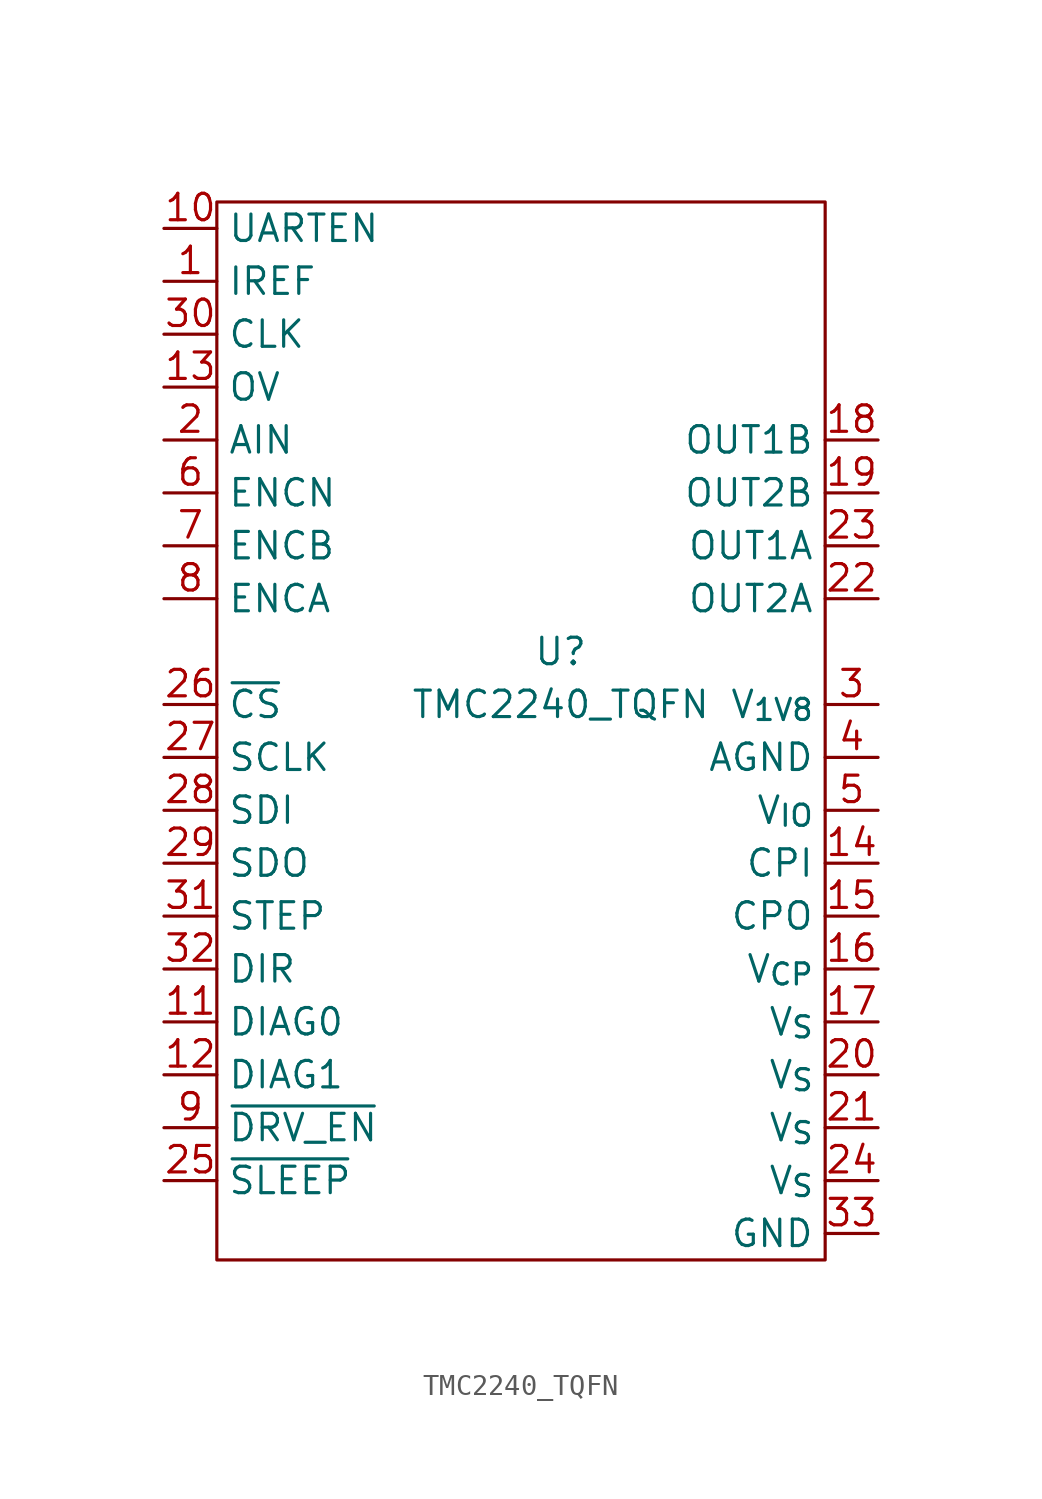
<source format=kicad_sym>
(kicad_symbol_lib
  (version 20231120)
  (generator "kicad_symbol_editor")
  (generator_version "8.0")
  (symbol "TMC2240_TQFN"
    (property "Reference" "U"
      (at 0 0 0)
      (effects (font (size 1.27 1.27))))
    (property "Value" "TMC2240_TQFN"
      (at 0 -2.54 0)
      (effects (font (size 1.27 1.27))))
    (symbol "TMC2240_TQFN_0_1"
      (rectangle (start -16.51 21.59) (end 12.7 -29.21) (stroke (width 0) (type default)) (fill (type none))))
    (symbol "TMC2240_TQFN_1_1"
      (pin input line (at -19.05 17.78 0) (length 2.54) (name "IREF" (effects (font (size 1.27 1.27)))) (number "1" (effects (font (size 1.27 1.27)))))
      (pin input line (at -19.05 20.32 0) (length 2.54) (name "UARTEN" (effects (font (size 1.27 1.27)))) (number "10" (effects (font (size 1.27 1.27)))))
      (pin input line (at -19.05 -17.78 0) (length 2.54) (name "DIAG0" (effects (font (size 1.27 1.27)))) (number "11" (effects (font (size 1.27 1.27)))))
      (pin input line (at -19.05 -20.32 0) (length 2.54) (name "DIAG1" (effects (font (size 1.27 1.27)))) (number "12" (effects (font (size 1.27 1.27)))))
      (pin input line (at -19.05 12.7 0) (length 2.54) (name "OV" (effects (font (size 1.27 1.27)))) (number "13" (effects (font (size 1.27 1.27)))))
      (pin input line (at 15.24 -10.16 180) (length 2.54) (name "CPI" (effects (font (size 1.27 1.27)))) (number "14" (effects (font (size 1.27 1.27)))))
      (pin input line (at 15.24 -12.7 180) (length 2.54) (name "CPO" (effects (font (size 1.27 1.27)))) (number "15" (effects (font (size 1.27 1.27)))))
      (pin input line (at 15.24 -15.24 180) (length 2.54) (name "V_{CP}" (effects (font (size 1.27 1.27)))) (number "16" (effects (font (size 1.27 1.27)))))
      (pin input line (at 15.24 -17.78 180) (length 2.54) (name "V_{S}" (effects (font (size 1.27 1.27)))) (number "17" (effects (font (size 1.27 1.27)))))
      (pin input line (at 15.24 10.16 180) (length 2.54) (name "OUT1B" (effects (font (size 1.27 1.27)))) (number "18" (effects (font (size 1.27 1.27)))))
      (pin input line (at 15.24 7.62 180) (length 2.54) (name "OUT2B" (effects (font (size 1.27 1.27)))) (number "19" (effects (font (size 1.27 1.27)))))
      (pin input line (at -19.05 10.16 0) (length 2.54) (name "AIN" (effects (font (size 1.27 1.27)))) (number "2" (effects (font (size 1.27 1.27)))))
      (pin input line (at 15.24 -20.32 180) (length 2.54) (name "V_{S}" (effects (font (size 1.27 1.27)))) (number "20" (effects (font (size 1.27 1.27)))))
      (pin input line (at 15.24 -22.86 180) (length 2.54) (name "V_{S}" (effects (font (size 1.27 1.27)))) (number "21" (effects (font (size 1.27 1.27)))))
      (pin input line (at 15.24 2.54 180) (length 2.54) (name "OUT2A" (effects (font (size 1.27 1.27)))) (number "22" (effects (font (size 1.27 1.27)))))
      (pin input line (at 15.24 5.08 180) (length 2.54) (name "OUT1A" (effects (font (size 1.27 1.27)))) (number "23" (effects (font (size 1.27 1.27)))))
      (pin input line (at 15.24 -25.4 180) (length 2.54) (name "V_{S}" (effects (font (size 1.27 1.27)))) (number "24" (effects (font (size 1.27 1.27)))))
      (pin input line (at -19.05 -25.4 0) (length 2.54) (name "~{SLEEP}" (effects (font (size 1.27 1.27)))) (number "25" (effects (font (size 1.27 1.27)))))
      (pin input line (at -19.05 -2.54 0) (length 2.54) (name "~{CS}" (effects (font (size 1.27 1.27)))) (number "26" (effects (font (size 1.27 1.27)))))
      (pin input line (at -19.05 -5.08 0) (length 2.54) (name "SCLK" (effects (font (size 1.27 1.27)))) (number "27" (effects (font (size 1.27 1.27)))))
      (pin input line (at -19.05 -7.62 0) (length 2.54) (name "SDI" (effects (font (size 1.27 1.27)))) (number "28" (effects (font (size 1.27 1.27)))))
      (pin input line (at -19.05 -10.16 0) (length 2.54) (name "SDO" (effects (font (size 1.27 1.27)))) (number "29" (effects (font (size 1.27 1.27)))))
      (pin input line (at 15.24 -2.54 180) (length 2.54) (name "V_{1V8}" (effects (font (size 1.27 1.27)))) (number "3" (effects (font (size 1.27 1.27)))))
      (pin input line (at -19.05 15.24 0) (length 2.54) (name "CLK" (effects (font (size 1.27 1.27)))) (number "30" (effects (font (size 1.27 1.27)))))
      (pin input line (at -19.05 -12.7 0) (length 2.54) (name "STEP" (effects (font (size 1.27 1.27)))) (number "31" (effects (font (size 1.27 1.27)))))
      (pin input line (at -19.05 -15.24 0) (length 2.54) (name "DIR" (effects (font (size 1.27 1.27)))) (number "32" (effects (font (size 1.27 1.27)))))
      (pin input line (at 15.24 -27.94 180) (length 2.54) (name "GND" (effects (font (size 1.27 1.27)))) (number "33" (effects (font (size 1.27 1.27)))))
      (pin input line (at 15.24 -5.08 180) (length 2.54) (name "AGND" (effects (font (size 1.27 1.27)))) (number "4" (effects (font (size 1.27 1.27)))))
      (pin input line (at 15.24 -7.62 180) (length 2.54) (name "V_{IO}" (effects (font (size 1.27 1.27)))) (number "5" (effects (font (size 1.27 1.27)))))
      (pin input line (at -19.05 7.62 0) (length 2.54) (name "ENCN" (effects (font (size 1.27 1.27)))) (number "6" (effects (font (size 1.27 1.27)))))
      (pin input line (at -19.05 5.08 0) (length 2.54) (name "ENCB" (effects (font (size 1.27 1.27)))) (number "7" (effects (font (size 1.27 1.27)))))
      (pin input line (at -19.05 2.54 0) (length 2.54) (name "ENCA" (effects (font (size 1.27 1.27)))) (number "8" (effects (font (size 1.27 1.27)))))
      (pin input line (at -19.05 -22.86 0) (length 2.54) (name "~{DRV_EN}" (effects (font (size 1.27 1.27)))) (number "9" (effects (font (size 1.27 1.27))))))))
</source>
